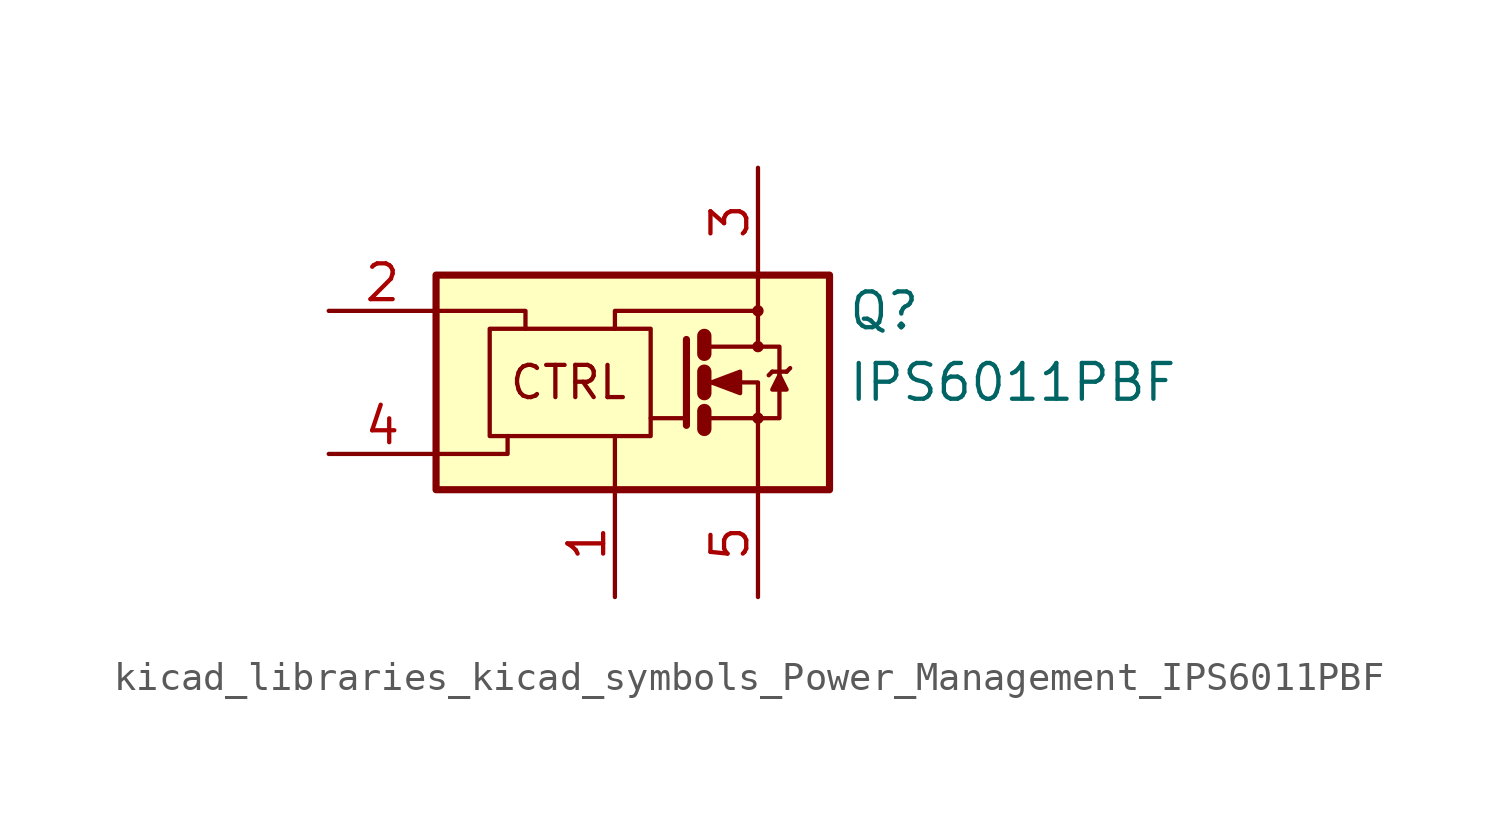
<source format=kicad_sym>
(kicad_symbol_lib
  (version 20220914)
  (generator kicad_symbol_editor)
  (symbol "kicad_libraries_kicad_symbols_Power_Management_IPS6011PBF"
    (pin_names
      (offset 0) hide)
    (property "Reference" "Q"
      (at 8.255 2.54 0)
      (effects (font (size 1.27 1.27)) (justify left)))
    (property "Value" "IPS6011PBF"
      (at 8.255 0 0)
      (effects (font (size 1.27 1.27)) (justify left)))
    (symbol "kicad_libraries_kicad_symbols_Power_Management_IPS6011PBF_0_0"
      (rectangle (start -6.35 3.81) (end 7.62 -3.81) (stroke (width 0.254) (type default)) (fill (type background)))
      (polyline (pts (xy 0 -3.81) (xy 0 -1.905)) (stroke (width 0) (type default)) (fill (type none)))
      (polyline (pts (xy -6.35 -2.54) (xy -3.81 -2.54) (xy -3.81 -1.905)) (stroke (width 0) (type default)) (fill (type none)))
      (polyline (pts (xy -6.35 2.54) (xy -3.175 2.54) (xy -3.175 1.905)) (stroke (width 0) (type default)) (fill (type none)))
      (polyline (pts (xy 0 1.905) (xy 0 2.54) (xy 5.08 2.54)) (stroke (width 0) (type default)) (fill (type none)))
      (circle (center 5.08 2.54) (radius 0.127) (stroke (width 0) (type default)) (fill (type none)))
      (text "CTRL" (at -1.651 0 0) (effects (font (size 1.143 1.143)))))
    (symbol "kicad_libraries_kicad_symbols_Power_Management_IPS6011PBF_0_1"
      (rectangle (start -4.445 1.905) (end 1.27 -1.905) (stroke (width 0) (type default)) (fill (type none)))
      (polyline (pts (xy 2.54 -1.27) (xy 1.27 -1.27)) (stroke (width 0) (type default)) (fill (type none)))
      (polyline (pts (xy 3.175 -1.016) (xy 3.175 -1.651)) (stroke (width 0.508) (type default)) (fill (type none)))
      (polyline (pts (xy 3.175 0.381) (xy 3.175 -0.381)) (stroke (width 0.508) (type default)) (fill (type none)))
      (polyline (pts (xy 3.175 1.651) (xy 3.175 1.016)) (stroke (width 0.508) (type default)) (fill (type none)))
      (polyline (pts (xy 3.302 -1.27) (xy 5.08 -1.27)) (stroke (width 0) (type default)) (fill (type none)))
      (polyline (pts (xy 5.588 0.381) (xy 5.461 0.254)) (stroke (width 0) (type default)) (fill (type none)))
      (polyline (pts (xy 5.588 0.381) (xy 6.096 0.381)) (stroke (width 0) (type default)) (fill (type none)))
      (polyline (pts (xy 6.096 0.381) (xy 6.223 0.508)) (stroke (width 0) (type default)) (fill (type none)))
      (polyline (pts (xy 2.54 1.524) (xy 2.54 -1.524) (xy 2.54 -1.524)) (stroke (width 0.254) (type default)) (fill (type none)))
      (polyline (pts (xy 3.302 0) (xy 5.08 0) (xy 5.08 -3.81)) (stroke (width 0) (type default)) (fill (type none)))
      (polyline (pts (xy 3.302 1.27) (xy 5.08 1.27) (xy 5.08 3.81)) (stroke (width 0) (type default)) (fill (type none)))
      (polyline (pts (xy 5.08 -1.27) (xy 5.842 -1.27) (xy 5.842 1.27) (xy 5.08 1.27)) (stroke (width 0) (type default)) (fill (type none)))
      (polyline (pts (xy 5.842 0.254) (xy 5.588 -0.254) (xy 6.096 -0.254) (xy 5.842 0.254)) (stroke (width 0) (type default)) (fill (type outline)))
      (polyline (pts (xy 3.429 0) (xy 4.445 0.381) (xy 4.445 -0.381) (xy 3.429 0) (xy 3.556 0) (xy 3.556 0)) (stroke (width 0) (type default)) (fill (type outline)))
      (circle (center 5.08 -1.27) (radius 0.127) (stroke (width 0) (type default)) (fill (type none)))
      (circle (center 5.08 1.27) (radius 0.127) (stroke (width 0) (type default)) (fill (type none))))
    (symbol "kicad_libraries_kicad_symbols_Power_Management_IPS6011PBF_1_1"
      (pin power_in line (at 0 -7.62 90) (length 3.81) (name "GND" (effects (font (size 1.27 1.27)))) (number "1" (effects (font (size 1.27 1.27)))))
      (pin input line (at -10.16 2.54 0) (length 3.81) (name "IN" (effects (font (size 1.27 1.27)))) (number "2" (effects (font (size 1.27 1.27)))))
      (pin power_in line (at 5.08 7.62 270) (length 3.81) (name "VCC" (effects (font (size 1.27 1.27)))) (number "3" (effects (font (size 1.27 1.27)))))
      (pin bidirectional line (at -10.16 -2.54 0) (length 3.81) (name "DG" (effects (font (size 1.27 1.27)))) (number "4" (effects (font (size 1.27 1.27)))))
      (pin output line (at 5.08 -7.62 90) (length 3.81) (name "OUT" (effects (font (size 1.27 1.27)))) (number "5" (effects (font (size 1.27 1.27))))))))
</source>
